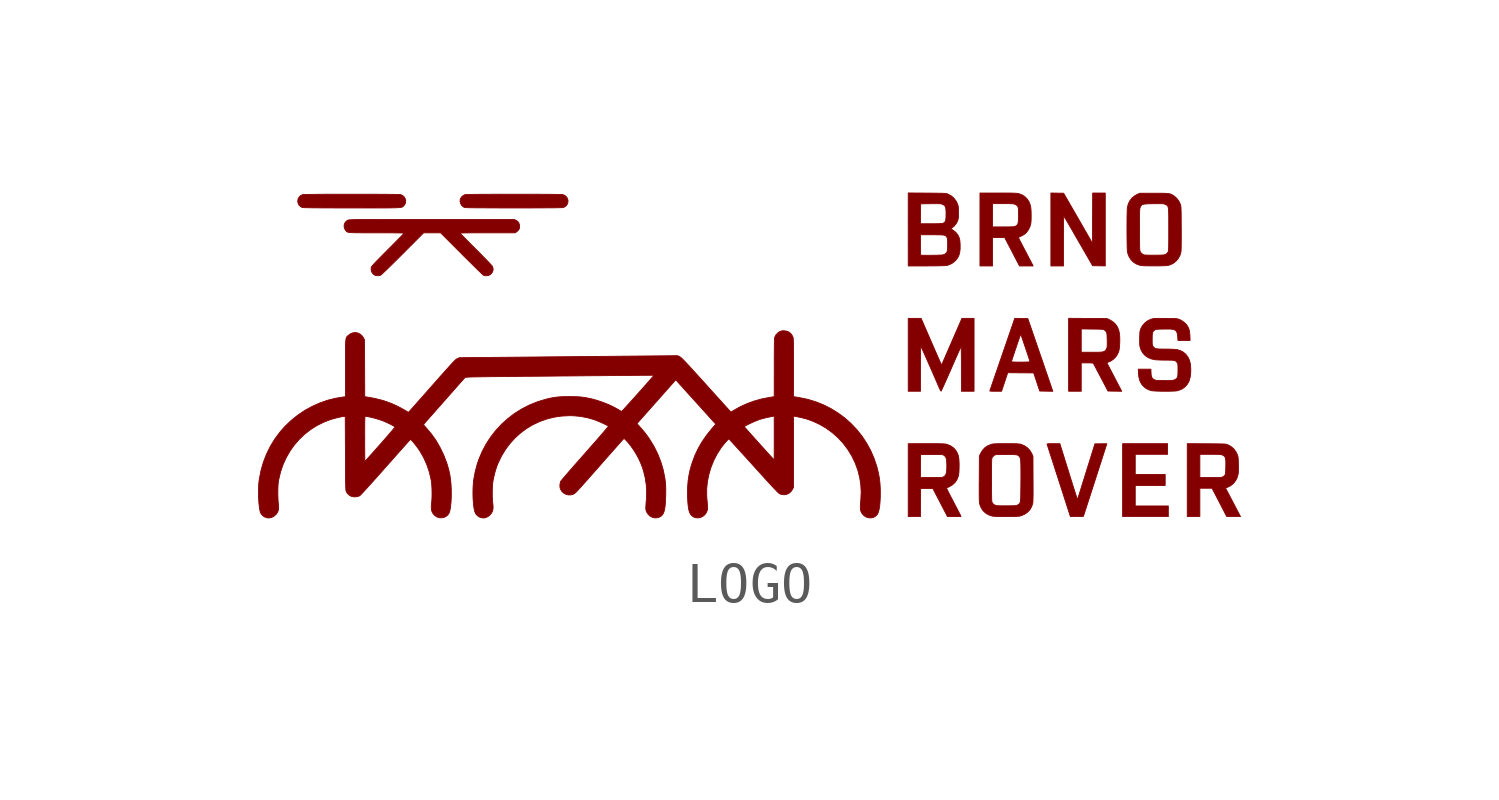
<source format=kicad_sym>
(kicad_symbol_lib
  (version 20220914)
  (generator "bitmap2component")
  (generator_version "8.0")
  (symbol "LOGO"
    (pin_names
      (offset 1.016))
    (property "Reference" "#G"
      (at 0 4.072 0)
      (effects (font (size 1.27 1.27)) hide))
    (symbol "LOGO_0_0"
      (polyline (pts (xy -12.175 -3.887) (xy -12.117 -3.857) (xy -12.063 -3.809) (xy -12.055 -3.799) (xy -12.027 -3.759) (xy -12.008 -3.717) (xy -11.999 -3.67) (xy -11.998 -3.612) (xy -12.005 -3.541) (xy -12.008 -3.516) (xy -12.013 -3.446) (xy -12.016 -3.367) (xy -12.018 -3.283) (xy -12.017 -3.2) (xy -12.015 -3.122) (xy -12.011 -3.054) (xy -12.005 -3.001) (xy -11.993 -2.933) (xy -11.948 -2.745) (xy -11.886 -2.565) (xy -11.807 -2.394) (xy -11.714 -2.232) (xy -11.606 -2.081) (xy -11.484 -1.941) (xy -11.35 -1.814) (xy -11.204 -1.7) (xy -11.048 -1.601) (xy -10.881 -1.517) (xy -10.706 -1.449) (xy -10.522 -1.399) (xy -10.482 -1.39) (xy -10.436 -1.381) (xy -10.399 -1.375) (xy -10.376 -1.371) (xy -10.341 -1.368) (xy -10.338 -1.926) (xy -9.856 -1.926) (xy -9.856 -1.878) (xy -9.856 -1.766) (xy -9.856 -1.671) (xy -9.855 -1.592) (xy -9.855 -1.528) (xy -9.854 -1.477) (xy -9.853 -1.438) (xy -9.852 -1.409) (xy -9.85 -1.389) (xy -9.848 -1.376) (xy -9.845 -1.369) (xy -9.842 -1.367) (xy -9.839 -1.367) (xy -9.833 -1.368) (xy -9.808 -1.373) (xy -9.777 -1.378) (xy -9.739 -1.385) (xy -9.68 -1.398) (xy -9.613 -1.415) (xy -9.544 -1.435) (xy -9.477 -1.456) (xy -9.419 -1.476) (xy -9.375 -1.493) (xy -9.325 -1.515) (xy -9.274 -1.539) (xy -9.223 -1.563) (xy -9.178 -1.587) (xy -9.141 -1.607) (xy -9.115 -1.624) (xy -9.104 -1.634) (xy -9.107 -1.641) (xy -9.123 -1.661) (xy -9.149 -1.693) (xy -9.185 -1.736) (xy -9.23 -1.789) (xy -9.282 -1.85) (xy -9.341 -1.917) (xy -9.405 -1.991) (xy -9.473 -2.068) (xy -9.529 -2.131) (xy -9.595 -2.205) (xy -9.655 -2.273) (xy -9.71 -2.334) (xy -9.757 -2.387) (xy -9.796 -2.431) (xy -9.826 -2.463) (xy -9.845 -2.484) (xy -9.852 -2.491) (xy -9.852 -2.485) (xy -9.853 -2.46) (xy -9.854 -2.42) (xy -9.854 -2.364) (xy -9.855 -2.296) (xy -9.855 -2.216) (xy -9.856 -2.127) (xy -9.856 -2.03) (xy -9.856 -1.926) (xy -10.338 -1.926) (xy -10.336 -2.29) (xy -10.336 -2.41) (xy -10.335 -2.551) (xy -10.334 -2.675) (xy -10.334 -2.782) (xy -10.333 -2.874) (xy -10.332 -2.952) (xy -10.331 -3.018) (xy -10.33 -3.072) (xy -10.329 -3.117) (xy -10.328 -3.152) (xy -10.326 -3.18) (xy -10.324 -3.201) (xy -10.322 -3.216) (xy -10.32 -3.228) (xy -10.317 -3.237) (xy -10.314 -3.244) (xy -10.31 -3.251) (xy -10.286 -3.289) (xy -10.251 -3.324) (xy -10.201 -3.354) (xy -10.187 -3.36) (xy -10.137 -3.372) (xy -10.08 -3.373) (xy -10.026 -3.364) (xy -9.98 -3.345) (xy -9.97 -3.336) (xy -9.947 -3.313) (xy -9.912 -3.276) (xy -9.867 -3.228) (xy -9.813 -3.168) (xy -9.75 -3.099) (xy -9.679 -3.021) (xy -9.601 -2.934) (xy -9.517 -2.84) (xy -9.428 -2.74) (xy -9.335 -2.634) (xy -9.314 -2.611) (xy -9.227 -2.513) (xy -9.143 -2.419) (xy -9.065 -2.33) (xy -8.992 -2.248) (xy -8.926 -2.174) (xy -8.867 -2.108) (xy -8.817 -2.052) (xy -8.776 -2.006) (xy -8.745 -1.973) (xy -8.726 -1.951) (xy -8.718 -1.944) (xy -8.711 -1.947) (xy -8.693 -1.963) (xy -8.667 -1.991) (xy -8.636 -2.027) (xy -8.602 -2.07) (xy -8.567 -2.115) (xy -8.532 -2.162) (xy -8.501 -2.207) (xy -8.484 -2.232) (xy -8.389 -2.397) (xy -8.311 -2.572) (xy -8.248 -2.757) (xy -8.203 -2.952) (xy -8.199 -2.972) (xy -8.191 -3.038) (xy -8.186 -3.117) (xy -8.182 -3.204) (xy -8.181 -3.293) (xy -8.182 -3.38) (xy -8.186 -3.459) (xy -8.192 -3.526) (xy -8.196 -3.555) (xy -8.2 -3.631) (xy -8.196 -3.692) (xy -8.181 -3.744) (xy -8.156 -3.79) (xy -8.119 -3.832) (xy -8.118 -3.832) (xy -8.066 -3.869) (xy -8.01 -3.89) (xy -7.951 -3.896) (xy -7.894 -3.887) (xy -7.84 -3.865) (xy -7.795 -3.83) (xy -7.76 -3.783) (xy -7.738 -3.725) (xy -7.722 -3.633) (xy -7.708 -3.503) (xy -7.701 -3.361) (xy -7.702 -3.207) (xy -7.702 -3.196) (xy -7.708 -3.062) (xy -7.72 -2.94) (xy -7.737 -2.826) (xy -7.761 -2.714) (xy -7.793 -2.599) (xy -7.815 -2.528) (xy -7.889 -2.335) (xy -7.978 -2.149) (xy -8.08 -1.972) (xy -8.195 -1.809) (xy -8.321 -1.66) (xy -8.325 -1.656) (xy -8.357 -1.621) (xy -8.376 -1.597) (xy -8.386 -1.581) (xy -8.388 -1.571) (xy -8.383 -1.562) (xy -8.383 -1.562) (xy -8.374 -1.551) (xy -8.353 -1.526) (xy -8.321 -1.49) (xy -8.28 -1.444) (xy -8.231 -1.388) (xy -8.175 -1.325) (xy -8.114 -1.256) (xy -8.049 -1.181) (xy -7.98 -1.104) (xy -7.91 -1.024) (xy -7.838 -0.943) (xy -7.768 -0.864) (xy -7.699 -0.786) (xy -7.634 -0.712) (xy -7.572 -0.642) (xy -7.517 -0.579) (xy -7.468 -0.524) (xy -7.426 -0.478) (xy -7.395 -0.442) (xy -7.373 -0.418) (xy -7.364 -0.407) (xy -7.362 -0.406) (xy -7.36 -0.404) (xy -7.356 -0.402) (xy -7.351 -0.4) (xy -7.343 -0.399) (xy -7.331 -0.397) (xy -7.315 -0.396) (xy -7.295 -0.394) (xy -7.269 -0.393) (xy -7.237 -0.392) (xy -7.197 -0.39) (xy -7.15 -0.389) (xy -7.094 -0.388) (xy -7.029 -0.387) (xy -6.954 -0.386) (xy -6.868 -0.385) (xy -6.771 -0.383) (xy -6.661 -0.382) (xy -6.539 -0.381) (xy -6.403 -0.379) (xy -6.252 -0.378) (xy -6.086 -0.376) (xy -5.905 -0.374) (xy -5.706 -0.373) (xy -5.49 -0.371) (xy -5.256 -0.369) (xy -5.004 -0.366) (xy -4.801 -0.365) (xy -4.593 -0.363) (xy -4.391 -0.361) (xy -4.196 -0.359) (xy -4.009 -0.358) (xy -3.83 -0.356) (xy -3.66 -0.355) (xy -3.501 -0.353) (xy -3.353 -0.352) (xy -3.217 -0.351) (xy -3.094 -0.35) (xy -2.984 -0.349) (xy -2.889 -0.349) (xy -2.809 -0.348) (xy -2.745 -0.348) (xy -2.699 -0.347) (xy -2.67 -0.347) (xy -2.66 -0.347) (xy -2.66 -0.348) (xy -2.667 -0.357) (xy -2.685 -0.38) (xy -2.714 -0.413) (xy -2.752 -0.457) (xy -2.797 -0.508) (xy -2.848 -0.567) (xy -2.905 -0.63) (xy -2.965 -0.698) (xy -3.026 -0.767) (xy -3.089 -0.837) (xy -3.151 -0.907) (xy -3.211 -0.973) (xy -3.268 -1.036) (xy -3.32 -1.093) (xy -3.366 -1.144) (xy -3.404 -1.186) (xy -3.434 -1.218) (xy -3.454 -1.238) (xy -3.462 -1.245) (xy -3.466 -1.244) (xy -3.486 -1.237) (xy -3.511 -1.222) (xy -3.546 -1.2) (xy -3.638 -1.149) (xy -3.742 -1.097) (xy -3.856 -1.049) (xy -3.973 -1.005) (xy -4.09 -0.967) (xy -4.202 -0.936) (xy -4.223 -0.932) (xy -4.301 -0.915) (xy -4.371 -0.901) (xy -4.438 -0.892) (xy -4.505 -0.885) (xy -4.579 -0.881) (xy -4.662 -0.879) (xy -4.761 -0.878) (xy -4.792 -0.878) (xy -4.892 -0.879) (xy -4.977 -0.882) (xy -5.054 -0.888) (xy -5.126 -0.897) (xy -5.198 -0.909) (xy -5.274 -0.925) (xy -5.359 -0.946) (xy -5.562 -1.008) (xy -5.759 -1.088) (xy -5.947 -1.184) (xy -6.126 -1.296) (xy -6.293 -1.423) (xy -6.449 -1.564) (xy -6.593 -1.718) (xy -6.723 -1.885) (xy -6.838 -2.062) (xy -6.937 -2.251) (xy -7.02 -2.449) (xy -7.059 -2.565) (xy -7.106 -2.742) (xy -7.141 -2.927) (xy -7.15 -2.999) (xy -7.158 -3.093) (xy -7.162 -3.192) (xy -7.163 -3.294) (xy -7.161 -3.394) (xy -7.155 -3.49) (xy -7.147 -3.579) (xy -7.136 -3.658) (xy -7.122 -3.724) (xy -7.105 -3.772) (xy -7.085 -3.807) (xy -7.043 -3.85) (xy -6.99 -3.881) (xy -6.932 -3.897) (xy -6.871 -3.897) (xy -6.839 -3.888) (xy -6.786 -3.862) (xy -6.738 -3.823) (xy -6.701 -3.777) (xy -6.697 -3.77) (xy -6.678 -3.732) (xy -6.667 -3.693) (xy -6.662 -3.649) (xy -6.663 -3.595) (xy -6.67 -3.527) (xy -6.675 -3.479) (xy -6.68 -3.397) (xy -6.682 -3.309) (xy -6.681 -3.218) (xy -6.678 -3.13) (xy -6.673 -3.051) (xy -6.665 -2.986) (xy -6.659 -2.955) (xy -6.638 -2.855) (xy -6.613 -2.754) (xy -6.584 -2.659) (xy -6.555 -2.576) (xy -6.54 -2.541) (xy -6.456 -2.365) (xy -6.357 -2.2) (xy -6.244 -2.049) (xy -6.118 -1.91) (xy -5.98 -1.785) (xy -5.831 -1.674) (xy -5.672 -1.579) (xy -5.504 -1.5) (xy -5.328 -1.437) (xy -5.145 -1.391) (xy -4.956 -1.363) (xy -4.761 -1.353) (xy -4.669 -1.355) (xy -4.495 -1.37) (xy -4.327 -1.401) (xy -4.16 -1.448) (xy -4.123 -1.461) (xy -4.076 -1.48) (xy -4.024 -1.501) (xy -3.97 -1.525) (xy -3.918 -1.548) (xy -3.871 -1.571) (xy -3.832 -1.59) (xy -3.804 -1.606) (xy -3.792 -1.615) (xy -3.792 -1.615) (xy -3.798 -1.625) (xy -3.817 -1.647) (xy -3.846 -1.683) (xy -3.886 -1.73) (xy -3.935 -1.787) (xy -3.992 -1.854) (xy -4.057 -1.929) (xy -4.129 -2.011) (xy -4.207 -2.099) (xy -4.289 -2.192) (xy -4.375 -2.29) (xy -4.376 -2.292) (xy -4.463 -2.39) (xy -4.546 -2.484) (xy -4.625 -2.574) (xy -4.698 -2.657) (xy -4.765 -2.734) (xy -4.824 -2.802) (xy -4.876 -2.862) (xy -4.918 -2.911) (xy -4.949 -2.948) (xy -4.97 -2.973) (xy -4.979 -2.985) (xy -4.981 -2.988) (xy -4.992 -3.027) (xy -4.999 -3.074) (xy -4.999 -3.122) (xy -4.992 -3.16) (xy -4.985 -3.18) (xy -4.952 -3.235) (xy -4.906 -3.279) (xy -4.851 -3.309) (xy -4.791 -3.325) (xy -4.728 -3.325) (xy -4.667 -3.307) (xy -4.659 -3.304) (xy -4.65 -3.299) (xy -4.64 -3.293) (xy -4.629 -3.284) (xy -4.615 -3.273) (xy -4.599 -3.258) (xy -4.579 -3.238) (xy -4.554 -3.212) (xy -4.524 -3.18) (xy -4.488 -3.14) (xy -4.444 -3.091) (xy -4.393 -3.034) (xy -4.332 -2.966) (xy -4.263 -2.887) (xy -4.182 -2.796) (xy -4.09 -2.692) (xy -3.986 -2.574) (xy -3.952 -2.535) (xy -3.871 -2.443) (xy -3.793 -2.355) (xy -3.721 -2.273) (xy -3.654 -2.198) (xy -3.594 -2.13) (xy -3.542 -2.071) (xy -3.498 -2.022) (xy -3.465 -1.984) (xy -3.442 -1.959) (xy -3.431 -1.947) (xy -3.403 -1.918) (xy -3.368 -1.952) (xy -3.313 -2.009) (xy -3.243 -2.095) (xy -3.174 -2.192) (xy -3.107 -2.298) (xy -3.047 -2.407) (xy -2.995 -2.517) (xy -2.953 -2.622) (xy -2.919 -2.727) (xy -2.878 -2.896) (xy -2.852 -3.066) (xy -2.841 -3.233) (xy -2.845 -3.393) (xy -2.848 -3.441) (xy -2.854 -3.512) (xy -2.858 -3.568) (xy -2.861 -3.61) (xy -2.862 -3.642) (xy -2.862 -3.665) (xy -2.861 -3.682) (xy -2.858 -3.696) (xy -2.855 -3.709) (xy -2.85 -3.724) (xy -2.836 -3.758) (xy -2.799 -3.812) (xy -2.752 -3.855) (xy -2.697 -3.883) (xy -2.636 -3.897) (xy -2.574 -3.893) (xy -2.514 -3.873) (xy -2.479 -3.852) (xy -2.447 -3.82) (xy -2.422 -3.778) (xy -2.403 -3.723) (xy -2.388 -3.652) (xy -2.388 -3.65) (xy -2.38 -3.59) (xy -2.374 -3.514) (xy -2.369 -3.429) (xy -2.366 -3.338) (xy -2.365 -3.247) (xy -2.365 -3.16) (xy -2.368 -3.082) (xy -2.373 -3.017) (xy -2.385 -2.919) (xy -2.425 -2.712) (xy -2.485 -2.508) (xy -2.562 -2.309) (xy -2.658 -2.117) (xy -2.771 -1.932) (xy -2.772 -1.931) (xy -2.809 -1.877) (xy -2.844 -1.829) (xy -2.879 -1.782) (xy -2.919 -1.734) (xy -2.966 -1.679) (xy -3.024 -1.614) (xy -3.081 -1.55) (xy -2.599 -1.006) (xy -2.116 -0.461) (xy -2.074 -0.507) (xy -2.068 -0.514) (xy -2.047 -0.537) (xy -2.015 -0.573) (xy -1.973 -0.619) (xy -1.922 -0.676) (xy -1.864 -0.741) (xy -1.799 -0.813) (xy -1.728 -0.891) (xy -1.654 -0.973) (xy -1.576 -1.059) (xy -1.12 -1.564) (xy -1.171 -1.621) (xy -1.177 -1.628) (xy -0.41 -1.628) (xy -0.408 -1.624) (xy -0.392 -1.613) (xy -0.362 -1.595) (xy -0.322 -1.575) (xy -0.275 -1.551) (xy -0.223 -1.527) (xy -0.169 -1.503) (xy -0.117 -1.481) (xy -0.07 -1.462) (xy -0.029 -1.448) (xy -0.006 -1.44) (xy 0.057 -1.423) (xy 0.122 -1.406) (xy 0.181 -1.393) (xy 0.218 -1.386) (xy 0.26 -1.377) (xy 0.293 -1.371) (xy 0.311 -1.367) (xy 0.333 -1.363) (xy 0.333 -1.907) (xy 0.333 -1.974) (xy 0.333 -2.072) (xy 0.333 -2.162) (xy 0.333 -2.243) (xy 0.333 -2.314) (xy 0.332 -2.371) (xy 0.332 -2.415) (xy 0.331 -2.442) (xy 0.331 -2.452) (xy 0.33 -2.451) (xy 0.32 -2.44) (xy 0.298 -2.417) (xy 0.266 -2.382) (xy 0.226 -2.339) (xy 0.179 -2.287) (xy 0.127 -2.229) (xy 0.071 -2.167) (xy 0.011 -2.101) (xy -0.049 -2.034) (xy -0.109 -1.967) (xy -0.167 -1.902) (xy -0.223 -1.84) (xy -0.274 -1.783) (xy -0.319 -1.733) (xy -0.356 -1.691) (xy -0.385 -1.658) (xy -0.403 -1.637) (xy -0.41 -1.628) (xy -1.177 -1.628) (xy -1.225 -1.683) (xy -1.354 -1.845) (xy -1.466 -2.008) (xy -1.56 -2.172) (xy -1.64 -2.341) (xy -1.705 -2.515) (xy -1.723 -2.57) (xy -1.762 -2.709) (xy -1.79 -2.844) (xy -1.81 -2.979) (xy -1.821 -3.122) (xy -1.824 -3.278) (xy -1.823 -3.378) (xy -1.817 -3.501) (xy -1.807 -3.605) (xy -1.793 -3.691) (xy -1.774 -3.757) (xy -1.751 -3.804) (xy -1.723 -3.838) (xy -1.676 -3.872) (xy -1.622 -3.892) (xy -1.566 -3.897) (xy -1.509 -3.888) (xy -1.454 -3.866) (xy -1.406 -3.83) (xy -1.366 -3.783) (xy -1.338 -3.724) (xy -1.333 -3.708) (xy -1.329 -3.693) (xy -1.327 -3.675) (xy -1.325 -3.654) (xy -1.326 -3.626) (xy -1.328 -3.588) (xy -1.331 -3.538) (xy -1.336 -3.474) (xy -1.343 -3.393) (xy -1.346 -3.343) (xy -1.346 -3.169) (xy -1.328 -2.992) (xy -1.292 -2.815) (xy -1.24 -2.64) (xy -1.172 -2.471) (xy -1.089 -2.309) (xy -0.991 -2.157) (xy -0.982 -2.144) (xy -0.952 -2.105) (xy -0.919 -2.065) (xy -0.886 -2.025) (xy -0.854 -1.988) (xy -0.827 -1.959) (xy -0.806 -1.939) (xy -0.795 -1.932) (xy -0.795 -1.932) (xy -0.785 -1.941) (xy -0.764 -1.964) (xy -0.731 -1.999) (xy -0.688 -2.046) (xy -0.636 -2.103) (xy -0.575 -2.169) (xy -0.507 -2.243) (xy -0.433 -2.325) (xy -0.353 -2.413) (xy -0.269 -2.506) (xy -0.18 -2.604) (xy -0.112 -2.68) (xy -0.008 -2.794) (xy 0.083 -2.895) (xy 0.163 -2.983) (xy 0.233 -3.058) (xy 0.291 -3.122) (xy 0.341 -3.174) (xy 0.381 -3.216) (xy 0.413 -3.249) (xy 0.438 -3.272) (xy 0.455 -3.288) (xy 0.466 -3.295) (xy 0.514 -3.313) (xy 0.58 -3.321) (xy 0.643 -3.311) (xy 0.701 -3.284) (xy 0.75 -3.242) (xy 0.789 -3.185) (xy 0.814 -3.134) (xy 0.814 -2.249) (xy 0.814 -1.364) (xy 0.846 -1.369) (xy 0.916 -1.382) (xy 1.008 -1.402) (xy 1.096 -1.424) (xy 1.172 -1.446) (xy 1.286 -1.488) (xy 1.461 -1.568) (xy 1.625 -1.664) (xy 1.779 -1.776) (xy 1.921 -1.902) (xy 2.05 -2.041) (xy 2.165 -2.194) (xy 2.265 -2.358) (xy 2.349 -2.533) (xy 2.357 -2.553) (xy 2.417 -2.72) (xy 2.46 -2.894) (xy 2.487 -3.071) (xy 2.497 -3.248) (xy 2.49 -3.42) (xy 2.488 -3.446) (xy 2.481 -3.525) (xy 2.477 -3.588) (xy 2.476 -3.638) (xy 2.479 -3.678) (xy 2.484 -3.711) (xy 2.493 -3.739) (xy 2.506 -3.765) (xy 2.528 -3.799) (xy 2.573 -3.845) (xy 2.626 -3.877) (xy 2.684 -3.894) (xy 2.742 -3.897) (xy 2.8 -3.885) (xy 2.852 -3.857) (xy 2.897 -3.813) (xy 2.908 -3.794) (xy 2.928 -3.745) (xy 2.945 -3.678) (xy 2.958 -3.595) (xy 2.967 -3.497) (xy 2.973 -3.385) (xy 2.974 -3.261) (xy 2.973 -3.179) (xy 2.966 -3.044) (xy 2.952 -2.917) (xy 2.929 -2.791) (xy 2.897 -2.658) (xy 2.885 -2.613) (xy 2.817 -2.411) (xy 2.733 -2.217) (xy 2.632 -2.034) (xy 2.517 -1.86) (xy 2.387 -1.697) (xy 2.244 -1.547) (xy 2.089 -1.409) (xy 1.922 -1.286) (xy 1.745 -1.176) (xy 1.559 -1.082) (xy 1.364 -1.005) (xy 1.161 -0.944) (xy 0.952 -0.901) (xy 0.814 -0.879) (xy 0.814 -0.153) (xy 0.814 -0.075) (xy 0.814 0.051) (xy 0.814 0.16) (xy 0.813 0.253) (xy 0.813 0.332) (xy 0.812 0.397) (xy 0.812 0.45) (xy 0.811 0.493) (xy 0.809 0.527) (xy 0.808 0.553) (xy 0.806 0.573) (xy 0.803 0.588) (xy 0.801 0.6) (xy 0.797 0.609) (xy 0.794 0.618) (xy 0.788 0.629) (xy 0.75 0.686) (xy 0.703 0.727) (xy 0.644 0.751) (xy 0.574 0.76) (xy 0.552 0.76) (xy 0.517 0.756) (xy 0.489 0.748) (xy 0.459 0.733) (xy 0.426 0.71) (xy 0.379 0.66) (xy 0.347 0.601) (xy 0.346 0.597) (xy 0.344 0.584) (xy 0.342 0.563) (xy 0.34 0.533) (xy 0.338 0.494) (xy 0.337 0.444) (xy 0.336 0.382) (xy 0.335 0.305) (xy 0.335 0.215) (xy 0.334 0.108) (xy 0.334 -0.016) (xy 0.334 -0.158) (xy 0.333 -0.88) (xy 0.223 -0.897) (xy 0.222 -0.897) (xy 0.025 -0.935) (xy -0.168 -0.989) (xy -0.354 -1.057) (xy -0.53 -1.139) (xy -0.693 -1.232) (xy -0.744 -1.264) (xy -1.355 -0.588) (xy -1.396 -0.542) (xy -1.496 -0.431) (xy -1.585 -0.334) (xy -1.662 -0.249) (xy -1.729 -0.175) (xy -1.787 -0.112) (xy -1.836 -0.059) (xy -1.877 -0.015) (xy -1.911 0.02) (xy -1.94 0.049) (xy -1.962 0.071) (xy -1.981 0.088) (xy -1.996 0.1) (xy -2.008 0.109) (xy -2.018 0.114) (xy -2.069 0.14) (xy -4.784 0.115) (xy -7.499 0.09) (xy -7.551 0.068) (xy -7.559 0.064) (xy -7.57 0.058) (xy -7.582 0.049) (xy -7.596 0.037) (xy -7.614 0.021) (xy -7.636 -0.001) (xy -7.663 -0.029) (xy -7.696 -0.065) (xy -7.736 -0.108) (xy -7.783 -0.161) (xy -7.839 -0.223) (xy -7.905 -0.297) (xy -7.981 -0.382) (xy -8.068 -0.48) (xy -8.167 -0.593) (xy -8.234 -0.669) (xy -8.316 -0.762) (xy -8.394 -0.85) (xy -8.467 -0.932) (xy -8.534 -1.007) (xy -8.593 -1.075) (xy -8.644 -1.133) (xy -8.687 -1.18) (xy -8.719 -1.216) (xy -8.74 -1.24) (xy -8.749 -1.25) (xy -8.762 -1.262) (xy -8.775 -1.264) (xy -8.795 -1.254) (xy -8.877 -1.206) (xy -8.983 -1.147) (xy -9.081 -1.098) (xy -9.177 -1.055) (xy -9.273 -1.018) (xy -9.375 -0.983) (xy -9.398 -0.976) (xy -9.474 -0.955) (xy -9.56 -0.934) (xy -9.649 -0.915) (xy -9.735 -0.899) (xy -9.809 -0.887) (xy -9.855 -0.881) (xy -9.858 -0.173) (xy -9.861 0.534) (xy -9.888 0.585) (xy -9.915 0.627) (xy -9.962 0.672) (xy -10.017 0.701) (xy -10.076 0.715) (xy -10.138 0.712) (xy -10.199 0.691) (xy -10.255 0.653) (xy -10.258 0.651) (xy -10.272 0.639) (xy -10.285 0.627) (xy -10.296 0.616) (xy -10.305 0.603) (xy -10.313 0.588) (xy -10.319 0.568) (xy -10.324 0.542) (xy -10.328 0.51) (xy -10.331 0.468) (xy -10.333 0.417) (xy -10.335 0.355) (xy -10.336 0.28) (xy -10.336 0.192) (xy -10.336 0.087) (xy -10.336 -0.034) (xy -10.336 -0.173) (xy -10.336 -0.881) (xy -10.393 -0.888) (xy -10.578 -0.918) (xy -10.779 -0.968) (xy -10.976 -1.037) (xy -11.167 -1.123) (xy -11.351 -1.224) (xy -11.525 -1.342) (xy -11.689 -1.474) (xy -11.841 -1.619) (xy -11.964 -1.759) (xy -12.093 -1.933) (xy -12.205 -2.116) (xy -12.3 -2.309) (xy -12.378 -2.51) (xy -12.438 -2.72) (xy -12.48 -2.937) (xy -12.484 -2.962) (xy -12.492 -3.041) (xy -12.497 -3.128) (xy -12.499 -3.222) (xy -12.499 -3.317) (xy -12.496 -3.412) (xy -12.491 -3.503) (xy -12.483 -3.587) (xy -12.473 -3.661) (xy -12.462 -3.722) (xy -12.448 -3.766) (xy -12.437 -3.789) (xy -12.399 -3.837) (xy -12.348 -3.873) (xy -12.288 -3.894) (xy -12.237 -3.899) (xy -12.175 -3.887)) (stroke (width 0.01) (type default)) (fill (type outline)))
      (polyline (pts (xy 3.974 -3.513) (xy 3.977 -3.163) (xy 4.128 -3.163) (xy 4.28 -3.163) (xy 4.462 -3.513) (xy 4.644 -3.863) (xy 4.813 -3.864) (xy 4.859 -3.864) (xy 4.908 -3.863) (xy 4.947 -3.862) (xy 4.973 -3.861) (xy 4.982 -3.859) (xy 4.981 -3.858) (xy 4.974 -3.843) (xy 4.959 -3.813) (xy 4.937 -3.77) (xy 4.909 -3.716) (xy 4.876 -3.652) (xy 4.839 -3.582) (xy 4.799 -3.506) (xy 4.785 -3.478) (xy 4.746 -3.404) (xy 4.711 -3.336) (xy 4.68 -3.276) (xy 4.655 -3.226) (xy 4.636 -3.188) (xy 4.624 -3.163) (xy 4.62 -3.154) (xy 4.621 -3.154) (xy 4.633 -3.148) (xy 4.657 -3.136) (xy 4.689 -3.121) (xy 4.69 -3.121) (xy 4.768 -3.075) (xy 4.831 -3.018) (xy 4.879 -2.947) (xy 4.914 -2.862) (xy 4.922 -2.83) (xy 4.928 -2.778) (xy 4.932 -2.715) (xy 4.934 -2.645) (xy 4.935 -2.572) (xy 4.933 -2.502) (xy 4.929 -2.437) (xy 4.923 -2.384) (xy 4.914 -2.345) (xy 4.89 -2.282) (xy 4.846 -2.207) (xy 4.788 -2.147) (xy 4.716 -2.1) (xy 4.63 -2.065) (xy 4.617 -2.062) (xy 4.599 -2.059) (xy 4.576 -2.056) (xy 4.547 -2.054) (xy 4.508 -2.053) (xy 4.459 -2.051) (xy 4.398 -2.05) (xy 4.323 -2.05) (xy 4.231 -2.05) (xy 4.122 -2.05) (xy 3.668 -2.05) (xy 3.668 -2.893) (xy 3.971 -2.893) (xy 3.974 -2.606) (xy 3.977 -2.319) (xy 4.253 -2.319) (xy 4.32 -2.319) (xy 4.387 -2.32) (xy 4.439 -2.32) (xy 4.477 -2.321) (xy 4.505 -2.323) (xy 4.524 -2.326) (xy 4.538 -2.329) (xy 4.548 -2.334) (xy 4.557 -2.34) (xy 4.565 -2.346) (xy 4.587 -2.366) (xy 4.603 -2.389) (xy 4.614 -2.418) (xy 4.621 -2.456) (xy 4.625 -2.507) (xy 4.628 -2.574) (xy 4.628 -2.647) (xy 4.625 -2.717) (xy 4.618 -2.771) (xy 4.605 -2.813) (xy 4.586 -2.844) (xy 4.561 -2.866) (xy 4.528 -2.883) (xy 4.522 -2.884) (xy 4.496 -2.887) (xy 4.453 -2.89) (xy 4.394 -2.892) (xy 4.321 -2.893) (xy 4.236 -2.893) (xy 3.971 -2.893) (xy 3.668 -2.893) (xy 3.668 -2.957) (xy 3.668 -3.864) (xy 3.82 -3.864) (xy 3.972 -3.864) (xy 3.974 -3.513)) (stroke (width 0.01) (type default)) (fill (type outline)))
      (polyline (pts (xy 6.188 -3.863) (xy 6.261 -3.862) (xy 6.328 -3.86) (xy 6.385 -3.857) (xy 6.429 -3.854) (xy 6.456 -3.849) (xy 6.48 -3.842) (xy 6.564 -3.806) (xy 6.637 -3.756) (xy 6.696 -3.693) (xy 6.739 -3.618) (xy 6.767 -3.533) (xy 6.768 -3.525) (xy 6.771 -3.494) (xy 6.772 -3.444) (xy 6.774 -3.376) (xy 6.775 -3.289) (xy 6.775 -3.185) (xy 6.775 -3.064) (xy 6.774 -2.927) (xy 6.772 -2.368) (xy 6.749 -2.311) (xy 6.742 -2.295) (xy 6.697 -2.22) (xy 6.638 -2.155) (xy 6.566 -2.104) (xy 6.485 -2.069) (xy 6.469 -2.064) (xy 6.449 -2.06) (xy 6.427 -2.057) (xy 6.4 -2.054) (xy 6.366 -2.052) (xy 6.321 -2.051) (xy 6.265 -2.05) (xy 6.193 -2.05) (xy 6.105 -2.05) (xy 6.048 -2.05) (xy 5.97 -2.05) (xy 5.907 -2.05) (xy 5.858 -2.052) (xy 5.82 -2.053) (xy 5.79 -2.056) (xy 5.767 -2.059) (xy 5.747 -2.063) (xy 5.729 -2.068) (xy 5.644 -2.103) (xy 5.574 -2.151) (xy 5.516 -2.214) (xy 5.469 -2.293) (xy 5.438 -2.359) (xy 5.435 -2.932) (xy 5.435 -3.011) (xy 5.434 -3.067) (xy 5.742 -3.067) (xy 5.742 -2.95) (xy 5.742 -2.883) (xy 5.742 -2.777) (xy 5.742 -2.688) (xy 5.742 -2.615) (xy 5.743 -2.555) (xy 5.744 -2.508) (xy 5.745 -2.472) (xy 5.747 -2.445) (xy 5.748 -2.425) (xy 5.751 -2.41) (xy 5.754 -2.401) (xy 5.758 -2.393) (xy 5.762 -2.387) (xy 5.783 -2.363) (xy 5.809 -2.34) (xy 5.814 -2.337) (xy 5.823 -2.331) (xy 5.835 -2.327) (xy 5.852 -2.324) (xy 5.877 -2.322) (xy 5.911 -2.321) (xy 5.958 -2.32) (xy 6.019 -2.319) (xy 6.098 -2.319) (xy 6.118 -2.319) (xy 6.199 -2.32) (xy 6.263 -2.321) (xy 6.313 -2.322) (xy 6.35 -2.326) (xy 6.378 -2.331) (xy 6.399 -2.339) (xy 6.414 -2.35) (xy 6.427 -2.364) (xy 6.44 -2.381) (xy 6.44 -2.381) (xy 6.447 -2.393) (xy 6.453 -2.408) (xy 6.458 -2.425) (xy 6.463 -2.448) (xy 6.466 -2.478) (xy 6.468 -2.516) (xy 6.47 -2.564) (xy 6.471 -2.624) (xy 6.472 -2.697) (xy 6.472 -2.785) (xy 6.472 -2.889) (xy 6.471 -3.011) (xy 6.47 -3.12) (xy 6.469 -3.216) (xy 6.468 -3.296) (xy 6.467 -3.362) (xy 6.465 -3.415) (xy 6.462 -3.456) (xy 6.458 -3.488) (xy 6.452 -3.511) (xy 6.445 -3.529) (xy 6.436 -3.542) (xy 6.425 -3.553) (xy 6.412 -3.562) (xy 6.397 -3.571) (xy 6.394 -3.573) (xy 6.382 -3.58) (xy 6.369 -3.585) (xy 6.353 -3.589) (xy 6.33 -3.592) (xy 6.299 -3.593) (xy 6.256 -3.595) (xy 6.199 -3.595) (xy 6.125 -3.596) (xy 6.083 -3.596) (xy 6.018 -3.596) (xy 5.959 -3.595) (xy 5.911 -3.594) (xy 5.876 -3.592) (xy 5.857 -3.59) (xy 5.838 -3.584) (xy 5.792 -3.558) (xy 5.759 -3.518) (xy 5.756 -3.512) (xy 5.753 -3.503) (xy 5.75 -3.49) (xy 5.748 -3.471) (xy 5.746 -3.447) (xy 5.745 -3.414) (xy 5.744 -3.371) (xy 5.743 -3.316) (xy 5.742 -3.248) (xy 5.742 -3.166) (xy 5.742 -3.067) (xy 5.434 -3.067) (xy 5.434 -3.12) (xy 5.434 -3.212) (xy 5.434 -3.289) (xy 5.434 -3.353) (xy 5.435 -3.404) (xy 5.436 -3.445) (xy 5.437 -3.478) (xy 5.439 -3.504) (xy 5.441 -3.524) (xy 5.444 -3.54) (xy 5.448 -3.555) (xy 5.452 -3.569) (xy 5.481 -3.642) (xy 5.528 -3.715) (xy 5.59 -3.774) (xy 5.665 -3.82) (xy 5.751 -3.85) (xy 5.754 -3.851) (xy 5.785 -3.855) (xy 5.832 -3.858) (xy 5.891 -3.861) (xy 5.959 -3.863) (xy 6.033 -3.864) (xy 6.111 -3.864) (xy 6.188 -3.863)) (stroke (width 0.01) (type default)) (fill (type outline)))
      (polyline (pts (xy 7.865 -3.862) (xy 8.027 -3.859) (xy 8.319 -2.957) (xy 8.336 -2.902) (xy 8.377 -2.776) (xy 8.416 -2.656) (xy 8.452 -2.543) (xy 8.486 -2.439) (xy 8.516 -2.344) (xy 8.543 -2.26) (xy 8.566 -2.189) (xy 8.585 -2.131) (xy 8.599 -2.088) (xy 8.607 -2.061) (xy 8.61 -2.052) (xy 8.608 -2.051) (xy 8.59 -2.051) (xy 8.557 -2.051) (xy 8.513 -2.051) (xy 8.462 -2.052) (xy 8.313 -2.054) (xy 8.119 -2.677) (xy 8.106 -2.717) (xy 8.073 -2.824) (xy 8.041 -2.927) (xy 8.011 -3.023) (xy 7.983 -3.111) (xy 7.959 -3.189) (xy 7.938 -3.256) (xy 7.922 -3.309) (xy 7.91 -3.346) (xy 7.904 -3.367) (xy 7.902 -3.372) (xy 7.891 -3.403) (xy 7.882 -3.422) (xy 7.875 -3.426) (xy 7.873 -3.421) (xy 7.865 -3.399) (xy 7.852 -3.36) (xy 7.835 -3.307) (xy 7.814 -3.24) (xy 7.789 -3.163) (xy 7.761 -3.075) (xy 7.731 -2.978) (xy 7.698 -2.874) (xy 7.665 -2.765) (xy 7.643 -2.695) (xy 7.609 -2.588) (xy 7.578 -2.487) (xy 7.549 -2.394) (xy 7.523 -2.31) (xy 7.5 -2.236) (xy 7.481 -2.175) (xy 7.466 -2.128) (xy 7.457 -2.096) (xy 7.452 -2.082) (xy 7.442 -2.05) (xy 7.28 -2.05) (xy 7.263 -2.05) (xy 7.205 -2.05) (xy 7.164 -2.051) (xy 7.138 -2.054) (xy 7.125 -2.057) (xy 7.122 -2.062) (xy 7.123 -2.064) (xy 7.128 -2.081) (xy 7.14 -2.115) (xy 7.156 -2.165) (xy 7.176 -2.229) (xy 7.201 -2.306) (xy 7.23 -2.395) (xy 7.262 -2.494) (xy 7.297 -2.603) (xy 7.334 -2.719) (xy 7.374 -2.841) (xy 7.415 -2.969) (xy 7.703 -3.864) (xy 7.865 -3.862)) (stroke (width 0.01) (type default)) (fill (type outline)))
      (polyline (pts (xy 10.14 -3.732) (xy 10.14 -3.599) (xy 9.729 -3.599) (xy 9.317 -3.599) (xy 9.317 -3.344) (xy 9.317 -3.089) (xy 9.689 -3.089) (xy 10.062 -3.089) (xy 10.062 -2.952) (xy 10.062 -2.815) (xy 9.689 -2.815) (xy 9.317 -2.815) (xy 9.317 -2.564) (xy 9.317 -2.314) (xy 9.719 -2.314) (xy 10.121 -2.314) (xy 10.121 -2.182) (xy 10.121 -2.05) (xy 9.562 -2.05) (xy 9.003 -2.05) (xy 9.003 -2.957) (xy 9.003 -3.864) (xy 9.572 -3.864) (xy 10.14 -3.864) (xy 10.14 -3.732)) (stroke (width 0.01) (type default)) (fill (type outline)))
      (polyline (pts (xy 10.925 -3.511) (xy 10.925 -3.158) (xy 11.076 -3.158) (xy 11.227 -3.158) (xy 11.411 -3.511) (xy 11.594 -3.864) (xy 11.765 -3.864) (xy 11.936 -3.864) (xy 11.853 -3.705) (xy 11.822 -3.645) (xy 11.784 -3.573) (xy 11.744 -3.496) (xy 11.703 -3.419) (xy 11.667 -3.349) (xy 11.564 -3.154) (xy 11.633 -3.125) (xy 11.69 -3.095) (xy 11.757 -3.042) (xy 11.811 -2.975) (xy 11.852 -2.897) (xy 11.877 -2.809) (xy 11.879 -2.8) (xy 11.882 -2.761) (xy 11.884 -2.706) (xy 11.885 -2.64) (xy 11.884 -2.564) (xy 11.883 -2.54) (xy 11.881 -2.478) (xy 11.879 -2.431) (xy 11.876 -2.396) (xy 11.872 -2.368) (xy 11.866 -2.345) (xy 11.858 -2.323) (xy 11.822 -2.249) (xy 11.768 -2.177) (xy 11.7 -2.119) (xy 11.619 -2.076) (xy 11.61 -2.072) (xy 11.598 -2.068) (xy 11.584 -2.064) (xy 11.566 -2.061) (xy 11.544 -2.059) (xy 11.514 -2.057) (xy 11.476 -2.056) (xy 11.427 -2.055) (xy 11.366 -2.054) (xy 11.29 -2.053) (xy 11.198 -2.052) (xy 11.089 -2.052) (xy 10.611 -2.049) (xy 10.611 -2.604) (xy 10.925 -2.604) (xy 10.925 -2.314) (xy 11.188 -2.314) (xy 11.238 -2.314) (xy 11.306 -2.315) (xy 11.359 -2.315) (xy 11.398 -2.316) (xy 11.428 -2.318) (xy 11.45 -2.321) (xy 11.466 -2.325) (xy 11.48 -2.33) (xy 11.493 -2.337) (xy 11.514 -2.348) (xy 11.534 -2.362) (xy 11.549 -2.381) (xy 11.56 -2.405) (xy 11.566 -2.438) (xy 11.57 -2.482) (xy 11.571 -2.54) (xy 11.57 -2.615) (xy 11.569 -2.672) (xy 11.567 -2.731) (xy 11.564 -2.775) (xy 11.558 -2.807) (xy 11.549 -2.83) (xy 11.535 -2.847) (xy 11.517 -2.861) (xy 11.494 -2.875) (xy 11.493 -2.875) (xy 11.481 -2.881) (xy 11.467 -2.885) (xy 11.448 -2.888) (xy 11.421 -2.89) (xy 11.385 -2.892) (xy 11.336 -2.893) (xy 11.273 -2.893) (xy 11.192 -2.893) (xy 10.925 -2.893) (xy 10.925 -2.604) (xy 10.611 -2.604) (xy 10.611 -2.956) (xy 10.611 -3.864) (xy 10.768 -3.864) (xy 10.925 -3.864) (xy 10.925 -3.511)) (stroke (width 0.01) (type default)) (fill (type outline)))
      (polyline (pts (xy 3.972 -0.186) (xy 3.972 -0.116) (xy 3.972 -0.015) (xy 3.973 0.078) (xy 3.974 0.162) (xy 3.975 0.233) (xy 3.976 0.292) (xy 3.977 0.336) (xy 3.979 0.363) (xy 3.98 0.373) (xy 3.982 0.37) (xy 3.992 0.352) (xy 4.008 0.318) (xy 4.031 0.268) (xy 4.06 0.205) (xy 4.094 0.129) (xy 4.133 0.042) (xy 4.176 -0.056) (xy 4.223 -0.163) (xy 4.274 -0.278) (xy 4.327 -0.4) (xy 4.382 -0.528) (xy 4.439 -0.66) (xy 4.449 -0.682) (xy 4.465 -0.714) (xy 4.478 -0.735) (xy 4.485 -0.743) (xy 4.491 -0.733) (xy 4.504 -0.707) (xy 4.523 -0.665) (xy 4.548 -0.611) (xy 4.578 -0.545) (xy 4.612 -0.469) (xy 4.649 -0.385) (xy 4.69 -0.293) (xy 4.733 -0.196) (xy 4.733 -0.195) (xy 4.776 -0.097) (xy 4.816 -0.005) (xy 4.854 0.081) (xy 4.888 0.158) (xy 4.918 0.225) (xy 4.943 0.281) (xy 4.962 0.324) (xy 4.975 0.351) (xy 4.981 0.363) (xy 4.983 0.359) (xy 4.985 0.338) (xy 4.987 0.298) (xy 4.988 0.24) (xy 4.989 0.163) (xy 4.99 0.067) (xy 4.991 -0.049) (xy 4.991 -0.184) (xy 4.992 -0.745) (xy 5.149 -0.745) (xy 5.306 -0.745) (xy 5.306 0.162) (xy 5.306 1.069) (xy 5.155 1.069) (xy 5.004 1.069) (xy 4.766 0.522) (xy 4.723 0.424) (xy 4.682 0.33) (xy 4.644 0.242) (xy 4.609 0.163) (xy 4.579 0.092) (xy 4.553 0.034) (xy 4.534 -0.012) (xy 4.52 -0.044) (xy 4.513 -0.059) (xy 4.499 -0.093) (xy 4.482 -0.059) (xy 4.475 -0.044) (xy 4.461 -0.013) (xy 4.441 0.033) (xy 4.415 0.092) (xy 4.384 0.162) (xy 4.349 0.242) (xy 4.311 0.33) (xy 4.27 0.424) (xy 4.227 0.522) (xy 3.989 1.069) (xy 3.828 1.069) (xy 3.668 1.069) (xy 3.668 0.162) (xy 3.668 -0.745) (xy 3.82 -0.745) (xy 3.972 -0.745) (xy 3.972 -0.186)) (stroke (width 0.01) (type default)) (fill (type outline)))
      (polyline (pts (xy 7.178 -0.488) (xy 7.174 -0.475) (xy 7.153 -0.416) (xy 7.128 -0.341) (xy 7.097 -0.253) (xy 7.063 -0.154) (xy 7.027 -0.047) (xy 6.988 0.066) (xy 6.947 0.182) (xy 6.907 0.3) (xy 6.867 0.417) (xy 6.644 1.064) (xy 6.481 1.067) (xy 6.318 1.069) (xy 6.284 0.969) (xy 6.279 0.955) (xy 6.267 0.919) (xy 6.249 0.867) (xy 6.226 0.801) (xy 6.199 0.722) (xy 6.168 0.632) (xy 6.134 0.532) (xy 6.097 0.424) (xy 6.057 0.31) (xy 6.016 0.19) (xy 5.974 0.067) (xy 5.948 -0.006) (xy 6.237 -0.006) (xy 6.238 -0.003) (xy 6.244 0.018) (xy 6.255 0.052) (xy 6.27 0.099) (xy 6.289 0.155) (xy 6.31 0.218) (xy 6.332 0.285) (xy 6.356 0.354) (xy 6.379 0.423) (xy 6.401 0.488) (xy 6.421 0.547) (xy 6.439 0.598) (xy 6.453 0.638) (xy 6.463 0.664) (xy 6.467 0.674) (xy 6.47 0.669) (xy 6.478 0.648) (xy 6.49 0.613) (xy 6.506 0.566) (xy 6.526 0.509) (xy 6.547 0.446) (xy 6.57 0.379) (xy 6.593 0.31) (xy 6.616 0.242) (xy 6.638 0.177) (xy 6.657 0.118) (xy 6.674 0.067) (xy 6.687 0.026) (xy 6.695 -0.001) (xy 6.698 -0.012) (xy 6.694 -0.014) (xy 6.674 -0.015) (xy 6.638 -0.017) (xy 6.59 -0.018) (xy 6.533 -0.019) (xy 6.468 -0.02) (xy 6.418 -0.019) (xy 6.354 -0.019) (xy 6.307 -0.018) (xy 6.273 -0.016) (xy 6.252 -0.014) (xy 6.24 -0.011) (xy 6.237 -0.006) (xy 5.948 -0.006) (xy 5.941 -0.028) (xy 5.901 -0.144) (xy 5.863 -0.254) (xy 5.828 -0.356) (xy 5.796 -0.449) (xy 5.768 -0.531) (xy 5.744 -0.602) (xy 5.725 -0.659) (xy 5.71 -0.702) (xy 5.701 -0.73) (xy 5.698 -0.739) (xy 5.7 -0.741) (xy 5.718 -0.742) (xy 5.75 -0.744) (xy 5.793 -0.745) (xy 5.844 -0.745) (xy 5.991 -0.745) (xy 6.067 -0.515) (xy 6.144 -0.284) (xy 6.467 -0.287) (xy 6.79 -0.289) (xy 6.865 -0.515) (xy 6.94 -0.74) (xy 7.103 -0.743) (xy 7.266 -0.746) (xy 7.178 -0.488)) (stroke (width 0.01) (type default)) (fill (type outline)))
      (polyline (pts (xy 8.796 -0.391) (xy 8.779 -0.359) (xy 8.74 -0.284) (xy 8.704 -0.216) (xy 8.673 -0.156) (xy 8.647 -0.106) (xy 8.627 -0.068) (xy 8.615 -0.043) (xy 8.611 -0.034) (xy 8.614 -0.032) (xy 8.632 -0.024) (xy 8.66 -0.015) (xy 8.707 0.006) (xy 8.771 0.049) (xy 8.828 0.105) (xy 8.874 0.172) (xy 8.905 0.243) (xy 8.913 0.273) (xy 8.922 0.329) (xy 8.928 0.397) (xy 8.932 0.471) (xy 8.933 0.546) (xy 8.931 0.617) (xy 8.926 0.68) (xy 8.908 0.769) (xy 8.874 0.854) (xy 8.825 0.926) (xy 8.761 0.985) (xy 8.682 1.033) (xy 8.615 1.064) (xy 8.137 1.067) (xy 7.659 1.07) (xy 7.659 0.515) (xy 7.973 0.515) (xy 7.973 0.805) (xy 8.247 0.802) (xy 8.299 0.802) (xy 8.368 0.801) (xy 8.423 0.8) (xy 8.463 0.798) (xy 8.493 0.796) (xy 8.514 0.793) (xy 8.528 0.79) (xy 8.539 0.785) (xy 8.548 0.779) (xy 8.559 0.771) (xy 8.579 0.754) (xy 8.594 0.736) (xy 8.604 0.715) (xy 8.611 0.687) (xy 8.615 0.649) (xy 8.617 0.597) (xy 8.619 0.53) (xy 8.619 0.494) (xy 8.62 0.439) (xy 8.619 0.398) (xy 8.618 0.368) (xy 8.614 0.346) (xy 8.609 0.327) (xy 8.602 0.309) (xy 8.591 0.288) (xy 8.57 0.263) (xy 8.54 0.245) (xy 8.539 0.245) (xy 8.525 0.239) (xy 8.509 0.235) (xy 8.489 0.231) (xy 8.462 0.229) (xy 8.426 0.227) (xy 8.378 0.226) (xy 8.315 0.226) (xy 8.235 0.226) (xy 7.973 0.226) (xy 7.973 0.515) (xy 7.659 0.515) (xy 7.659 0.162) (xy 7.659 -0.745) (xy 7.816 -0.745) (xy 7.973 -0.745) (xy 7.973 -0.392) (xy 7.973 -0.039) (xy 8.12 -0.039) (xy 8.133 -0.039) (xy 8.194 -0.04) (xy 8.237 -0.042) (xy 8.263 -0.046) (xy 8.274 -0.051) (xy 8.275 -0.052) (xy 8.283 -0.067) (xy 8.299 -0.097) (xy 8.322 -0.139) (xy 8.35 -0.193) (xy 8.383 -0.256) (xy 8.42 -0.326) (xy 8.46 -0.402) (xy 8.638 -0.74) (xy 8.809 -0.743) (xy 8.981 -0.746) (xy 8.796 -0.391)) (stroke (width 0.01) (type default)) (fill (type outline)))
      (polyline (pts (xy 10.158 -0.745) (xy 10.225 -0.743) (xy 10.283 -0.741) (xy 10.329 -0.738) (xy 10.358 -0.734) (xy 10.38 -0.729) (xy 10.464 -0.698) (xy 10.537 -0.651) (xy 10.598 -0.591) (xy 10.645 -0.516) (xy 10.665 -0.468) (xy 10.686 -0.384) (xy 10.698 -0.287) (xy 10.699 -0.181) (xy 10.689 -0.069) (xy 10.689 -0.067) (xy 10.668 0.023) (xy 10.631 0.102) (xy 10.579 0.171) (xy 10.515 0.227) (xy 10.438 0.268) (xy 10.352 0.293) (xy 10.344 0.294) (xy 10.311 0.297) (xy 10.264 0.3) (xy 10.205 0.302) (xy 10.14 0.304) (xy 10.072 0.304) (xy 10.045 0.304) (xy 9.971 0.305) (xy 9.913 0.306) (xy 9.868 0.31) (xy 9.835 0.315) (xy 9.81 0.324) (xy 9.791 0.336) (xy 9.775 0.351) (xy 9.761 0.372) (xy 9.759 0.374) (xy 9.751 0.388) (xy 9.745 0.403) (xy 9.742 0.424) (xy 9.739 0.453) (xy 9.739 0.494) (xy 9.738 0.551) (xy 9.739 0.588) (xy 9.74 0.644) (xy 9.744 0.686) (xy 9.751 0.717) (xy 9.761 0.74) (xy 9.777 0.759) (xy 9.8 0.776) (xy 9.804 0.779) (xy 9.815 0.786) (xy 9.829 0.792) (xy 9.847 0.795) (xy 9.873 0.798) (xy 9.91 0.8) (xy 9.961 0.801) (xy 10.028 0.802) (xy 10.089 0.803) (xy 10.157 0.803) (xy 10.209 0.801) (xy 10.249 0.796) (xy 10.28 0.789) (xy 10.302 0.779) (xy 10.32 0.766) (xy 10.338 0.748) (xy 10.356 0.714) (xy 10.367 0.667) (xy 10.374 0.606) (xy 10.379 0.52) (xy 10.53 0.52) (xy 10.682 0.52) (xy 10.678 0.635) (xy 10.676 0.664) (xy 10.668 0.738) (xy 10.654 0.799) (xy 10.632 0.851) (xy 10.601 0.901) (xy 10.587 0.919) (xy 10.537 0.967) (xy 10.479 1.01) (xy 10.418 1.041) (xy 10.402 1.047) (xy 10.385 1.052) (xy 10.367 1.057) (xy 10.344 1.06) (xy 10.314 1.062) (xy 10.274 1.064) (xy 10.222 1.065) (xy 10.156 1.066) (xy 10.073 1.067) (xy 10.024 1.067) (xy 9.95 1.068) (xy 9.891 1.068) (xy 9.846 1.067) (xy 9.81 1.066) (xy 9.782 1.064) (xy 9.76 1.06) (xy 9.74 1.056) (xy 9.72 1.05) (xy 9.697 1.043) (xy 9.618 1.004) (xy 9.549 0.949) (xy 9.493 0.882) (xy 9.452 0.804) (xy 9.446 0.788) (xy 9.44 0.764) (xy 9.434 0.736) (xy 9.431 0.7) (xy 9.429 0.651) (xy 9.427 0.587) (xy 9.426 0.526) (xy 9.427 0.459) (xy 9.429 0.406) (xy 9.434 0.369) (xy 9.434 0.367) (xy 9.462 0.281) (xy 9.506 0.206) (xy 9.563 0.143) (xy 9.634 0.094) (xy 9.716 0.059) (xy 9.808 0.039) (xy 9.841 0.036) (xy 9.891 0.034) (xy 9.952 0.031) (xy 10.018 0.03) (xy 10.085 0.029) (xy 10.143 0.029) (xy 10.203 0.028) (xy 10.249 0.026) (xy 10.283 0.021) (xy 10.308 0.014) (xy 10.327 0.003) (xy 10.343 -0.012) (xy 10.358 -0.032) (xy 10.361 -0.037) (xy 10.369 -0.05) (xy 10.374 -0.065) (xy 10.378 -0.086) (xy 10.38 -0.115) (xy 10.38 -0.158) (xy 10.381 -0.216) (xy 10.38 -0.262) (xy 10.379 -0.318) (xy 10.375 -0.36) (xy 10.368 -0.391) (xy 10.357 -0.413) (xy 10.341 -0.431) (xy 10.319 -0.448) (xy 10.302 -0.457) (xy 10.277 -0.467) (xy 10.246 -0.473) (xy 10.206 -0.477) (xy 10.153 -0.48) (xy 10.086 -0.48) (xy 10.002 -0.479) (xy 9.974 -0.478) (xy 9.916 -0.477) (xy 9.873 -0.475) (xy 9.841 -0.472) (xy 9.819 -0.468) (xy 9.802 -0.463) (xy 9.788 -0.456) (xy 9.761 -0.438) (xy 9.738 -0.414) (xy 9.723 -0.384) (xy 9.714 -0.344) (xy 9.71 -0.289) (xy 9.707 -0.196) (xy 9.55 -0.196) (xy 9.392 -0.196) (xy 9.398 -0.301) (xy 9.404 -0.371) (xy 9.42 -0.452) (xy 9.447 -0.52) (xy 9.484 -0.58) (xy 9.535 -0.634) (xy 9.577 -0.669) (xy 9.641 -0.705) (xy 9.716 -0.73) (xy 9.724 -0.732) (xy 9.758 -0.736) (xy 9.807 -0.739) (xy 9.868 -0.742) (xy 9.937 -0.744) (xy 10.011 -0.745) (xy 10.085 -0.745) (xy 10.158 -0.745)) (stroke (width 0.01) (type default)) (fill (type outline)))
      (polyline (pts (xy -6.8 2.131) (xy -6.75 2.147) (xy -6.71 2.177) (xy -6.68 2.216) (xy -6.663 2.263) (xy -6.662 2.312) (xy -6.678 2.361) (xy -6.683 2.369) (xy -6.702 2.391) (xy -6.733 2.425) (xy -6.774 2.469) (xy -6.824 2.521) (xy -6.883 2.581) (xy -6.947 2.646) (xy -7.016 2.717) (xy -7.09 2.79) (xy -7.143 2.844) (xy -7.213 2.913) (xy -7.277 2.978) (xy -7.335 3.036) (xy -7.385 3.087) (xy -7.426 3.129) (xy -7.457 3.161) (xy -7.476 3.182) (xy -7.483 3.19) (xy -7.478 3.191) (xy -7.455 3.192) (xy -7.416 3.193) (xy -7.361 3.194) (xy -7.292 3.195) (xy -7.212 3.196) (xy -7.12 3.196) (xy -7.02 3.197) (xy -6.912 3.197) (xy -6.798 3.197) (xy -6.113 3.197) (xy -6.08 3.219) (xy -6.076 3.222) (xy -6.047 3.247) (xy -6.023 3.276) (xy -6.019 3.283) (xy -6.007 3.306) (xy -6.003 3.332) (xy -6.004 3.369) (xy -6.006 3.395) (xy -6.021 3.444) (xy -6.05 3.482) (xy -6.093 3.51) (xy -6.136 3.53) (xy -8.184 3.53) (xy -8.205 3.53) (xy -8.44 3.53) (xy -8.656 3.53) (xy -8.853 3.53) (xy -9.034 3.53) (xy -9.198 3.53) (xy -9.347 3.53) (xy -9.481 3.53) (xy -9.601 3.529) (xy -9.708 3.529) (xy -9.802 3.529) (xy -9.885 3.528) (xy -9.957 3.528) (xy -10.02 3.527) (xy -10.073 3.526) (xy -10.117 3.525) (xy -10.154 3.524) (xy -10.185 3.523) (xy -10.209 3.522) (xy -10.228 3.521) (xy -10.243 3.519) (xy -10.254 3.518) (xy -10.262 3.516) (xy -10.268 3.514) (xy -10.274 3.512) (xy -10.309 3.491) (xy -10.345 3.452) (xy -10.365 3.405) (xy -10.37 3.355) (xy -10.359 3.304) (xy -10.33 3.256) (xy -10.325 3.25) (xy -10.316 3.24) (xy -10.308 3.231) (xy -10.298 3.223) (xy -10.286 3.217) (xy -10.269 3.212) (xy -10.246 3.207) (xy -10.217 3.204) (xy -10.179 3.201) (xy -10.132 3.2) (xy -10.073 3.198) (xy -10.002 3.198) (xy -9.916 3.197) (xy -9.816 3.197) (xy -9.698 3.197) (xy -9.562 3.197) (xy -9.479 3.197) (xy -9.369 3.197) (xy -9.266 3.196) (xy -9.172 3.196) (xy -9.088 3.195) (xy -9.015 3.194) (xy -8.957 3.193) (xy -8.912 3.192) (xy -8.885 3.191) (xy -8.875 3.19) (xy -8.881 3.183) (xy -8.899 3.164) (xy -8.928 3.133) (xy -8.968 3.092) (xy -9.018 3.042) (xy -9.075 2.984) (xy -9.139 2.919) (xy -9.208 2.849) (xy -9.282 2.776) (xy -9.321 2.736) (xy -9.402 2.655) (xy -9.47 2.586) (xy -9.527 2.528) (xy -9.573 2.481) (xy -9.61 2.442) (xy -9.639 2.41) (xy -9.661 2.386) (xy -9.676 2.367) (xy -9.686 2.352) (xy -9.692 2.341) (xy -9.695 2.332) (xy -9.697 2.277) (xy -9.682 2.224) (xy -9.653 2.179) (xy -9.611 2.146) (xy -9.606 2.144) (xy -9.56 2.131) (xy -9.508 2.13) (xy -9.461 2.142) (xy -9.453 2.148) (xy -9.43 2.167) (xy -9.396 2.199) (xy -9.351 2.241) (xy -9.296 2.294) (xy -9.233 2.356) (xy -9.161 2.426) (xy -9.083 2.504) (xy -8.998 2.588) (xy -8.91 2.676) (xy -8.39 3.197) (xy -8.179 3.197) (xy -7.968 3.197) (xy -7.448 2.677) (xy -7.447 2.675) (xy -7.363 2.591) (xy -7.282 2.511) (xy -7.206 2.436) (xy -7.136 2.366) (xy -7.073 2.304) (xy -7.018 2.251) (xy -6.972 2.207) (xy -6.937 2.173) (xy -6.913 2.151) (xy -6.902 2.142) (xy -6.894 2.139) (xy -6.863 2.131) (xy -6.829 2.128) (xy -6.8 2.131)) (stroke (width 0.01) (type default)) (fill (type outline)))
      (polyline (pts (xy 4.261 2.374) (xy 4.353 2.374) (xy 4.434 2.376) (xy 4.503 2.377) (xy 4.558 2.379) (xy 4.598 2.381) (xy 4.62 2.383) (xy 4.676 2.398) (xy 4.757 2.436) (xy 4.828 2.49) (xy 4.863 2.527) (xy 4.904 2.583) (xy 4.932 2.644) (xy 4.951 2.716) (xy 4.96 2.799) (xy 4.96 2.898) (xy 4.959 2.921) (xy 4.956 2.976) (xy 4.951 3.017) (xy 4.944 3.051) (xy 4.934 3.081) (xy 4.903 3.145) (xy 4.851 3.21) (xy 4.786 3.261) (xy 4.727 3.298) (xy 4.765 3.325) (xy 4.813 3.366) (xy 4.861 3.426) (xy 4.896 3.49) (xy 4.904 3.513) (xy 4.91 3.536) (xy 4.914 3.562) (xy 4.917 3.596) (xy 4.918 3.641) (xy 4.918 3.702) (xy 4.917 3.759) (xy 4.916 3.806) (xy 4.914 3.841) (xy 4.91 3.868) (xy 4.904 3.891) (xy 4.896 3.914) (xy 4.859 3.988) (xy 4.804 4.061) (xy 4.737 4.118) (xy 4.657 4.161) (xy 4.649 4.164) (xy 4.636 4.169) (xy 4.622 4.173) (xy 4.605 4.176) (xy 4.583 4.178) (xy 4.555 4.18) (xy 4.517 4.181) (xy 4.469 4.183) (xy 4.409 4.183) (xy 4.335 4.184) (xy 4.244 4.185) (xy 4.136 4.186) (xy 3.668 4.189) (xy 3.668 3.423) (xy 3.971 3.423) (xy 3.974 3.67) (xy 3.977 3.918) (xy 4.232 3.921) (xy 4.279 3.921) (xy 4.346 3.921) (xy 4.398 3.921) (xy 4.437 3.921) (xy 4.466 3.919) (xy 4.487 3.917) (xy 4.503 3.913) (xy 4.516 3.908) (xy 4.53 3.901) (xy 4.55 3.89) (xy 4.572 3.873) (xy 4.588 3.852) (xy 4.599 3.823) (xy 4.605 3.784) (xy 4.609 3.732) (xy 4.609 3.663) (xy 4.609 3.631) (xy 4.607 3.57) (xy 4.602 3.524) (xy 4.594 3.491) (xy 4.58 3.467) (xy 4.561 3.45) (xy 4.536 3.437) (xy 4.527 3.434) (xy 4.507 3.43) (xy 4.479 3.427) (xy 4.44 3.425) (xy 4.388 3.424) (xy 4.321 3.423) (xy 4.237 3.423) (xy 3.971 3.423) (xy 3.668 3.423) (xy 3.668 3.281) (xy 3.668 2.9) (xy 3.972 2.9) (xy 3.972 3.148) (xy 4.264 3.148) (xy 4.336 3.148) (xy 4.41 3.147) (xy 4.469 3.146) (xy 4.514 3.144) (xy 4.548 3.141) (xy 4.572 3.135) (xy 4.59 3.128) (xy 4.604 3.118) (xy 4.615 3.106) (xy 4.626 3.09) (xy 4.629 3.086) (xy 4.637 3.072) (xy 4.642 3.057) (xy 4.646 3.036) (xy 4.647 3.006) (xy 4.648 2.964) (xy 4.649 2.906) (xy 4.648 2.872) (xy 4.647 2.815) (xy 4.644 2.773) (xy 4.639 2.742) (xy 4.63 2.719) (xy 4.616 2.699) (xy 4.598 2.68) (xy 4.592 2.675) (xy 4.564 2.66) (xy 4.531 2.649) (xy 4.529 2.648) (xy 4.506 2.646) (xy 4.468 2.644) (xy 4.419 2.642) (xy 4.362 2.64) (xy 4.3 2.639) (xy 4.235 2.639) (xy 4.172 2.638) (xy 4.113 2.639) (xy 4.061 2.639) (xy 4.019 2.64) (xy 3.99 2.642) (xy 3.978 2.645) (xy 3.977 2.653) (xy 3.975 2.678) (xy 3.974 2.718) (xy 3.973 2.77) (xy 3.972 2.832) (xy 3.972 2.9) (xy 3.668 2.9) (xy 3.668 2.373) (xy 4.118 2.373) (xy 4.162 2.373) (xy 4.261 2.374)) (stroke (width 0.01) (type default)) (fill (type outline)))
      (polyline (pts (xy 5.766 2.726) (xy 5.766 3.079) (xy 5.917 3.079) (xy 6.068 3.079) (xy 6.252 2.726) (xy 6.436 2.373) (xy 6.607 2.373) (xy 6.777 2.373) (xy 6.697 2.528) (xy 6.694 2.532) (xy 6.663 2.591) (xy 6.626 2.662) (xy 6.587 2.738) (xy 6.547 2.813) (xy 6.51 2.883) (xy 6.507 2.89) (xy 6.474 2.952) (xy 6.449 3) (xy 6.432 3.035) (xy 6.422 3.059) (xy 6.417 3.075) (xy 6.416 3.084) (xy 6.42 3.09) (xy 6.426 3.093) (xy 6.446 3.101) (xy 6.498 3.125) (xy 6.538 3.147) (xy 6.571 3.17) (xy 6.601 3.197) (xy 6.613 3.21) (xy 6.659 3.273) (xy 6.695 3.346) (xy 6.718 3.422) (xy 6.718 3.424) (xy 6.723 3.464) (xy 6.726 3.518) (xy 6.727 3.581) (xy 6.727 3.648) (xy 6.726 3.714) (xy 6.723 3.775) (xy 6.718 3.826) (xy 6.713 3.862) (xy 6.71 3.872) (xy 6.679 3.959) (xy 6.633 4.033) (xy 6.574 4.094) (xy 6.502 4.141) (xy 6.419 4.172) (xy 6.411 4.174) (xy 6.393 4.178) (xy 6.369 4.18) (xy 6.338 4.183) (xy 6.298 4.184) (xy 6.248 4.186) (xy 6.186 4.187) (xy 6.109 4.187) (xy 6.017 4.188) (xy 5.907 4.188) (xy 5.453 4.188) (xy 5.453 3.634) (xy 5.766 3.634) (xy 5.766 3.923) (xy 6.029 3.923) (xy 6.079 3.923) (xy 6.147 3.923) (xy 6.2 3.922) (xy 6.24 3.921) (xy 6.269 3.919) (xy 6.291 3.916) (xy 6.308 3.913) (xy 6.321 3.907) (xy 6.335 3.901) (xy 6.355 3.89) (xy 6.376 3.875) (xy 6.391 3.857) (xy 6.401 3.833) (xy 6.408 3.8) (xy 6.411 3.756) (xy 6.412 3.697) (xy 6.412 3.622) (xy 6.411 3.565) (xy 6.409 3.506) (xy 6.405 3.462) (xy 6.399 3.43) (xy 6.39 3.407) (xy 6.377 3.39) (xy 6.359 3.376) (xy 6.335 3.362) (xy 6.335 3.362) (xy 6.323 3.357) (xy 6.308 3.352) (xy 6.289 3.349) (xy 6.263 3.347) (xy 6.226 3.346) (xy 6.178 3.345) (xy 6.114 3.344) (xy 6.034 3.344) (xy 5.766 3.344) (xy 5.766 3.634) (xy 5.453 3.634) (xy 5.453 3.28) (xy 5.453 2.373) (xy 5.61 2.373) (xy 5.766 2.373) (xy 5.766 2.726)) (stroke (width 0.01) (type default)) (fill (type outline)))
      (polyline (pts (xy 8.571 3.28) (xy 8.571 4.188) (xy 8.414 4.188) (xy 8.258 4.188) (xy 8.255 3.562) (xy 8.253 2.937) (xy 7.894 3.56) (xy 7.535 4.183) (xy 7.376 4.185) (xy 7.218 4.188) (xy 7.218 3.281) (xy 7.218 2.373) (xy 7.375 2.373) (xy 7.532 2.373) (xy 7.532 2.998) (xy 7.532 3.046) (xy 7.532 3.166) (xy 7.533 3.268) (xy 7.533 3.354) (xy 7.534 3.424) (xy 7.534 3.481) (xy 7.535 3.525) (xy 7.537 3.558) (xy 7.538 3.581) (xy 7.54 3.596) (xy 7.542 3.604) (xy 7.545 3.605) (xy 7.548 3.602) (xy 7.552 3.595) (xy 7.566 3.572) (xy 7.588 3.534) (xy 7.618 3.483) (xy 7.655 3.42) (xy 7.697 3.347) (xy 7.745 3.265) (xy 7.796 3.175) (xy 7.851 3.08) (xy 7.909 2.98) (xy 8.256 2.378) (xy 8.414 2.376) (xy 8.571 2.373) (xy 8.571 3.28)) (stroke (width 0.01) (type default)) (fill (type outline)))
      (polyline (pts (xy 9.87 2.374) (xy 9.941 2.375) (xy 10.005 2.377) (xy 10.059 2.378) (xy 10.098 2.381) (xy 10.122 2.383) (xy 10.189 2.402) (xy 10.266 2.44) (xy 10.333 2.493) (xy 10.388 2.559) (xy 10.43 2.635) (xy 10.455 2.72) (xy 10.456 2.729) (xy 10.458 2.762) (xy 10.46 2.813) (xy 10.461 2.882) (xy 10.462 2.968) (xy 10.463 3.07) (xy 10.463 3.186) (xy 10.462 3.317) (xy 10.461 3.408) (xy 10.461 3.511) (xy 10.46 3.597) (xy 10.46 3.668) (xy 10.459 3.727) (xy 10.457 3.773) (xy 10.456 3.809) (xy 10.454 3.838) (xy 10.452 3.859) (xy 10.449 3.876) (xy 10.446 3.89) (xy 10.442 3.902) (xy 10.437 3.914) (xy 10.404 3.983) (xy 10.355 4.05) (xy 10.296 4.105) (xy 10.27 4.123) (xy 10.246 4.139) (xy 10.223 4.152) (xy 10.197 4.162) (xy 10.168 4.169) (xy 10.132 4.175) (xy 10.088 4.179) (xy 10.033 4.181) (xy 9.966 4.182) (xy 9.883 4.183) (xy 9.782 4.183) (xy 9.429 4.183) (xy 9.358 4.149) (xy 9.305 4.12) (xy 9.236 4.063) (xy 9.182 3.995) (xy 9.143 3.915) (xy 9.121 3.827) (xy 9.12 3.826) (xy 9.118 3.8) (xy 9.116 3.757) (xy 9.115 3.699) (xy 9.113 3.629) (xy 9.112 3.55) (xy 9.112 3.463) (xy 9.111 3.372) (xy 9.111 3.28) (xy 9.425 3.28) (xy 9.425 3.284) (xy 9.425 3.398) (xy 9.425 3.494) (xy 9.425 3.574) (xy 9.425 3.639) (xy 9.426 3.691) (xy 9.427 3.732) (xy 9.429 3.764) (xy 9.431 3.788) (xy 9.433 3.805) (xy 9.436 3.819) (xy 9.44 3.829) (xy 9.444 3.839) (xy 9.445 3.842) (xy 9.457 3.863) (xy 9.469 3.881) (xy 9.485 3.894) (xy 9.506 3.904) (xy 9.535 3.91) (xy 9.575 3.915) (xy 9.626 3.918) (xy 9.693 3.92) (xy 9.777 3.921) (xy 9.82 3.921) (xy 9.887 3.922) (xy 9.939 3.922) (xy 9.978 3.921) (xy 10.007 3.92) (xy 10.028 3.917) (xy 10.043 3.913) (xy 10.057 3.908) (xy 10.071 3.901) (xy 10.085 3.894) (xy 10.099 3.886) (xy 10.111 3.878) (xy 10.121 3.866) (xy 10.13 3.852) (xy 10.136 3.831) (xy 10.141 3.804) (xy 10.145 3.768) (xy 10.147 3.722) (xy 10.149 3.664) (xy 10.15 3.592) (xy 10.15 3.506) (xy 10.15 3.403) (xy 10.15 3.283) (xy 10.15 3.271) (xy 10.15 3.157) (xy 10.15 3.061) (xy 10.15 2.982) (xy 10.149 2.916) (xy 10.149 2.864) (xy 10.147 2.823) (xy 10.146 2.791) (xy 10.144 2.767) (xy 10.142 2.75) (xy 10.139 2.737) (xy 10.135 2.726) (xy 10.131 2.717) (xy 10.112 2.69) (xy 10.075 2.662) (xy 10.071 2.66) (xy 10.057 2.654) (xy 10.039 2.65) (xy 10.015 2.647) (xy 9.983 2.644) (xy 9.94 2.643) (xy 9.882 2.642) (xy 9.807 2.641) (xy 9.77 2.641) (xy 9.705 2.641) (xy 9.647 2.642) (xy 9.598 2.643) (xy 9.562 2.645) (xy 9.543 2.647) (xy 9.519 2.655) (xy 9.474 2.684) (xy 9.442 2.727) (xy 9.44 2.731) (xy 9.436 2.74) (xy 9.434 2.753) (xy 9.431 2.77) (xy 9.429 2.794) (xy 9.428 2.826) (xy 9.426 2.868) (xy 9.426 2.921) (xy 9.425 2.987) (xy 9.425 3.068) (xy 9.425 3.165) (xy 9.425 3.28) (xy 9.111 3.28) (xy 9.111 3.278) (xy 9.111 3.184) (xy 9.112 3.093) (xy 9.113 3.007) (xy 9.114 2.928) (xy 9.115 2.859) (xy 9.117 2.803) (xy 9.119 2.761) (xy 9.121 2.736) (xy 9.131 2.688) (xy 9.163 2.604) (xy 9.21 2.53) (xy 9.27 2.469) (xy 9.342 2.422) (xy 9.424 2.391) (xy 9.434 2.389) (xy 9.457 2.384) (xy 9.485 2.381) (xy 9.52 2.378) (xy 9.564 2.376) (xy 9.62 2.375) (xy 9.691 2.374) (xy 9.779 2.374) (xy 9.794 2.374) (xy 9.87 2.374)) (stroke (width 0.01) (type default)) (fill (type outline)))
      (polyline (pts (xy -9.511 3.816) (xy -9.405 3.816) (xy -9.312 3.816) (xy -9.232 3.817) (xy -9.164 3.818) (xy -9.106 3.819) (xy -9.058 3.821) (xy -9.019 3.823) (xy -8.988 3.825) (xy -8.963 3.829) (xy -8.944 3.832) (xy -8.929 3.836) (xy -8.918 3.841) (xy -8.909 3.846) (xy -8.902 3.852) (xy -8.895 3.859) (xy -8.887 3.867) (xy -8.858 3.902) (xy -8.839 3.949) (xy -8.836 3.999) (xy -8.848 4.047) (xy -8.873 4.09) (xy -8.912 4.125) (xy -8.961 4.148) (xy -8.966 4.149) (xy -8.989 4.15) (xy -9.03 4.151) (xy -9.087 4.153) (xy -9.158 4.154) (xy -9.243 4.155) (xy -9.339 4.156) (xy -9.445 4.156) (xy -9.559 4.157) (xy -9.681 4.158) (xy -9.809 4.158) (xy -9.94 4.158) (xy -10.074 4.158) (xy -10.209 4.158) (xy -10.344 4.158) (xy -10.477 4.158) (xy -10.607 4.158) (xy -10.732 4.157) (xy -10.851 4.157) (xy -10.962 4.156) (xy -11.064 4.155) (xy -11.155 4.154) (xy -11.234 4.153) (xy -11.299 4.152) (xy -11.349 4.151) (xy -11.383 4.149) (xy -11.398 4.148) (xy -11.448 4.126) (xy -11.488 4.089) (xy -11.514 4.042) (xy -11.523 3.986) (xy -11.517 3.943) (xy -11.495 3.893) (xy -11.458 3.853) (xy -11.41 3.827) (xy -11.409 3.826) (xy -11.392 3.825) (xy -11.357 3.823) (xy -11.302 3.822) (xy -11.229 3.82) (xy -11.137 3.819) (xy -11.026 3.818) (xy -10.896 3.817) (xy -10.746 3.817) (xy -10.577 3.816) (xy -10.389 3.816) (xy -10.182 3.816) (xy -10.099 3.816) (xy -9.926 3.816) (xy -9.771 3.815) (xy -9.633 3.815) (xy -9.511 3.816)) (stroke (width 0.01) (type default)) (fill (type outline)))
      (polyline (pts (xy -5.837 3.816) (xy -5.707 3.816) (xy -5.582 3.817) (xy -5.464 3.817) (xy -5.353 3.818) (xy -5.252 3.818) (xy -5.161 3.819) (xy -5.083 3.82) (xy -5.018 3.821) (xy -4.969 3.822) (xy -4.936 3.824) (xy -4.921 3.825) (xy -4.885 3.84) (xy -4.842 3.872) (xy -4.813 3.914) (xy -4.798 3.962) (xy -4.799 4.013) (xy -4.818 4.064) (xy -4.838 4.094) (xy -4.878 4.129) (xy -4.929 4.149) (xy -4.933 4.149) (xy -4.956 4.151) (xy -4.997 4.152) (xy -5.054 4.153) (xy -5.125 4.154) (xy -5.21 4.155) (xy -5.306 4.156) (xy -5.411 4.156) (xy -5.526 4.157) (xy -5.647 4.157) (xy -5.774 4.158) (xy -5.905 4.158) (xy -6.039 4.158) (xy -6.174 4.158) (xy -6.309 4.158) (xy -6.441 4.158) (xy -6.571 4.157) (xy -6.696 4.157) (xy -6.814 4.156) (xy -6.925 4.156) (xy -7.026 4.155) (xy -7.117 4.154) (xy -7.195 4.153) (xy -7.26 4.152) (xy -7.309 4.151) (xy -7.343 4.149) (xy -7.357 4.148) (xy -7.399 4.13) (xy -7.439 4.098) (xy -7.468 4.059) (xy -7.479 4.032) (xy -7.484 3.982) (xy -7.473 3.931) (xy -7.449 3.886) (xy -7.414 3.849) (xy -7.37 3.826) (xy -7.363 3.825) (xy -7.337 3.824) (xy -7.294 3.822) (xy -7.235 3.821) (xy -7.162 3.82) (xy -7.077 3.819) (xy -6.979 3.818) (xy -6.872 3.818) (xy -6.757 3.817) (xy -6.634 3.817) (xy -6.506 3.816) (xy -6.375 3.816) (xy -6.24 3.816) (xy -6.105 3.816) (xy -5.97 3.816) (xy -5.837 3.816)) (stroke (width 0.01) (type default)) (fill (type outline))))))
</source>
